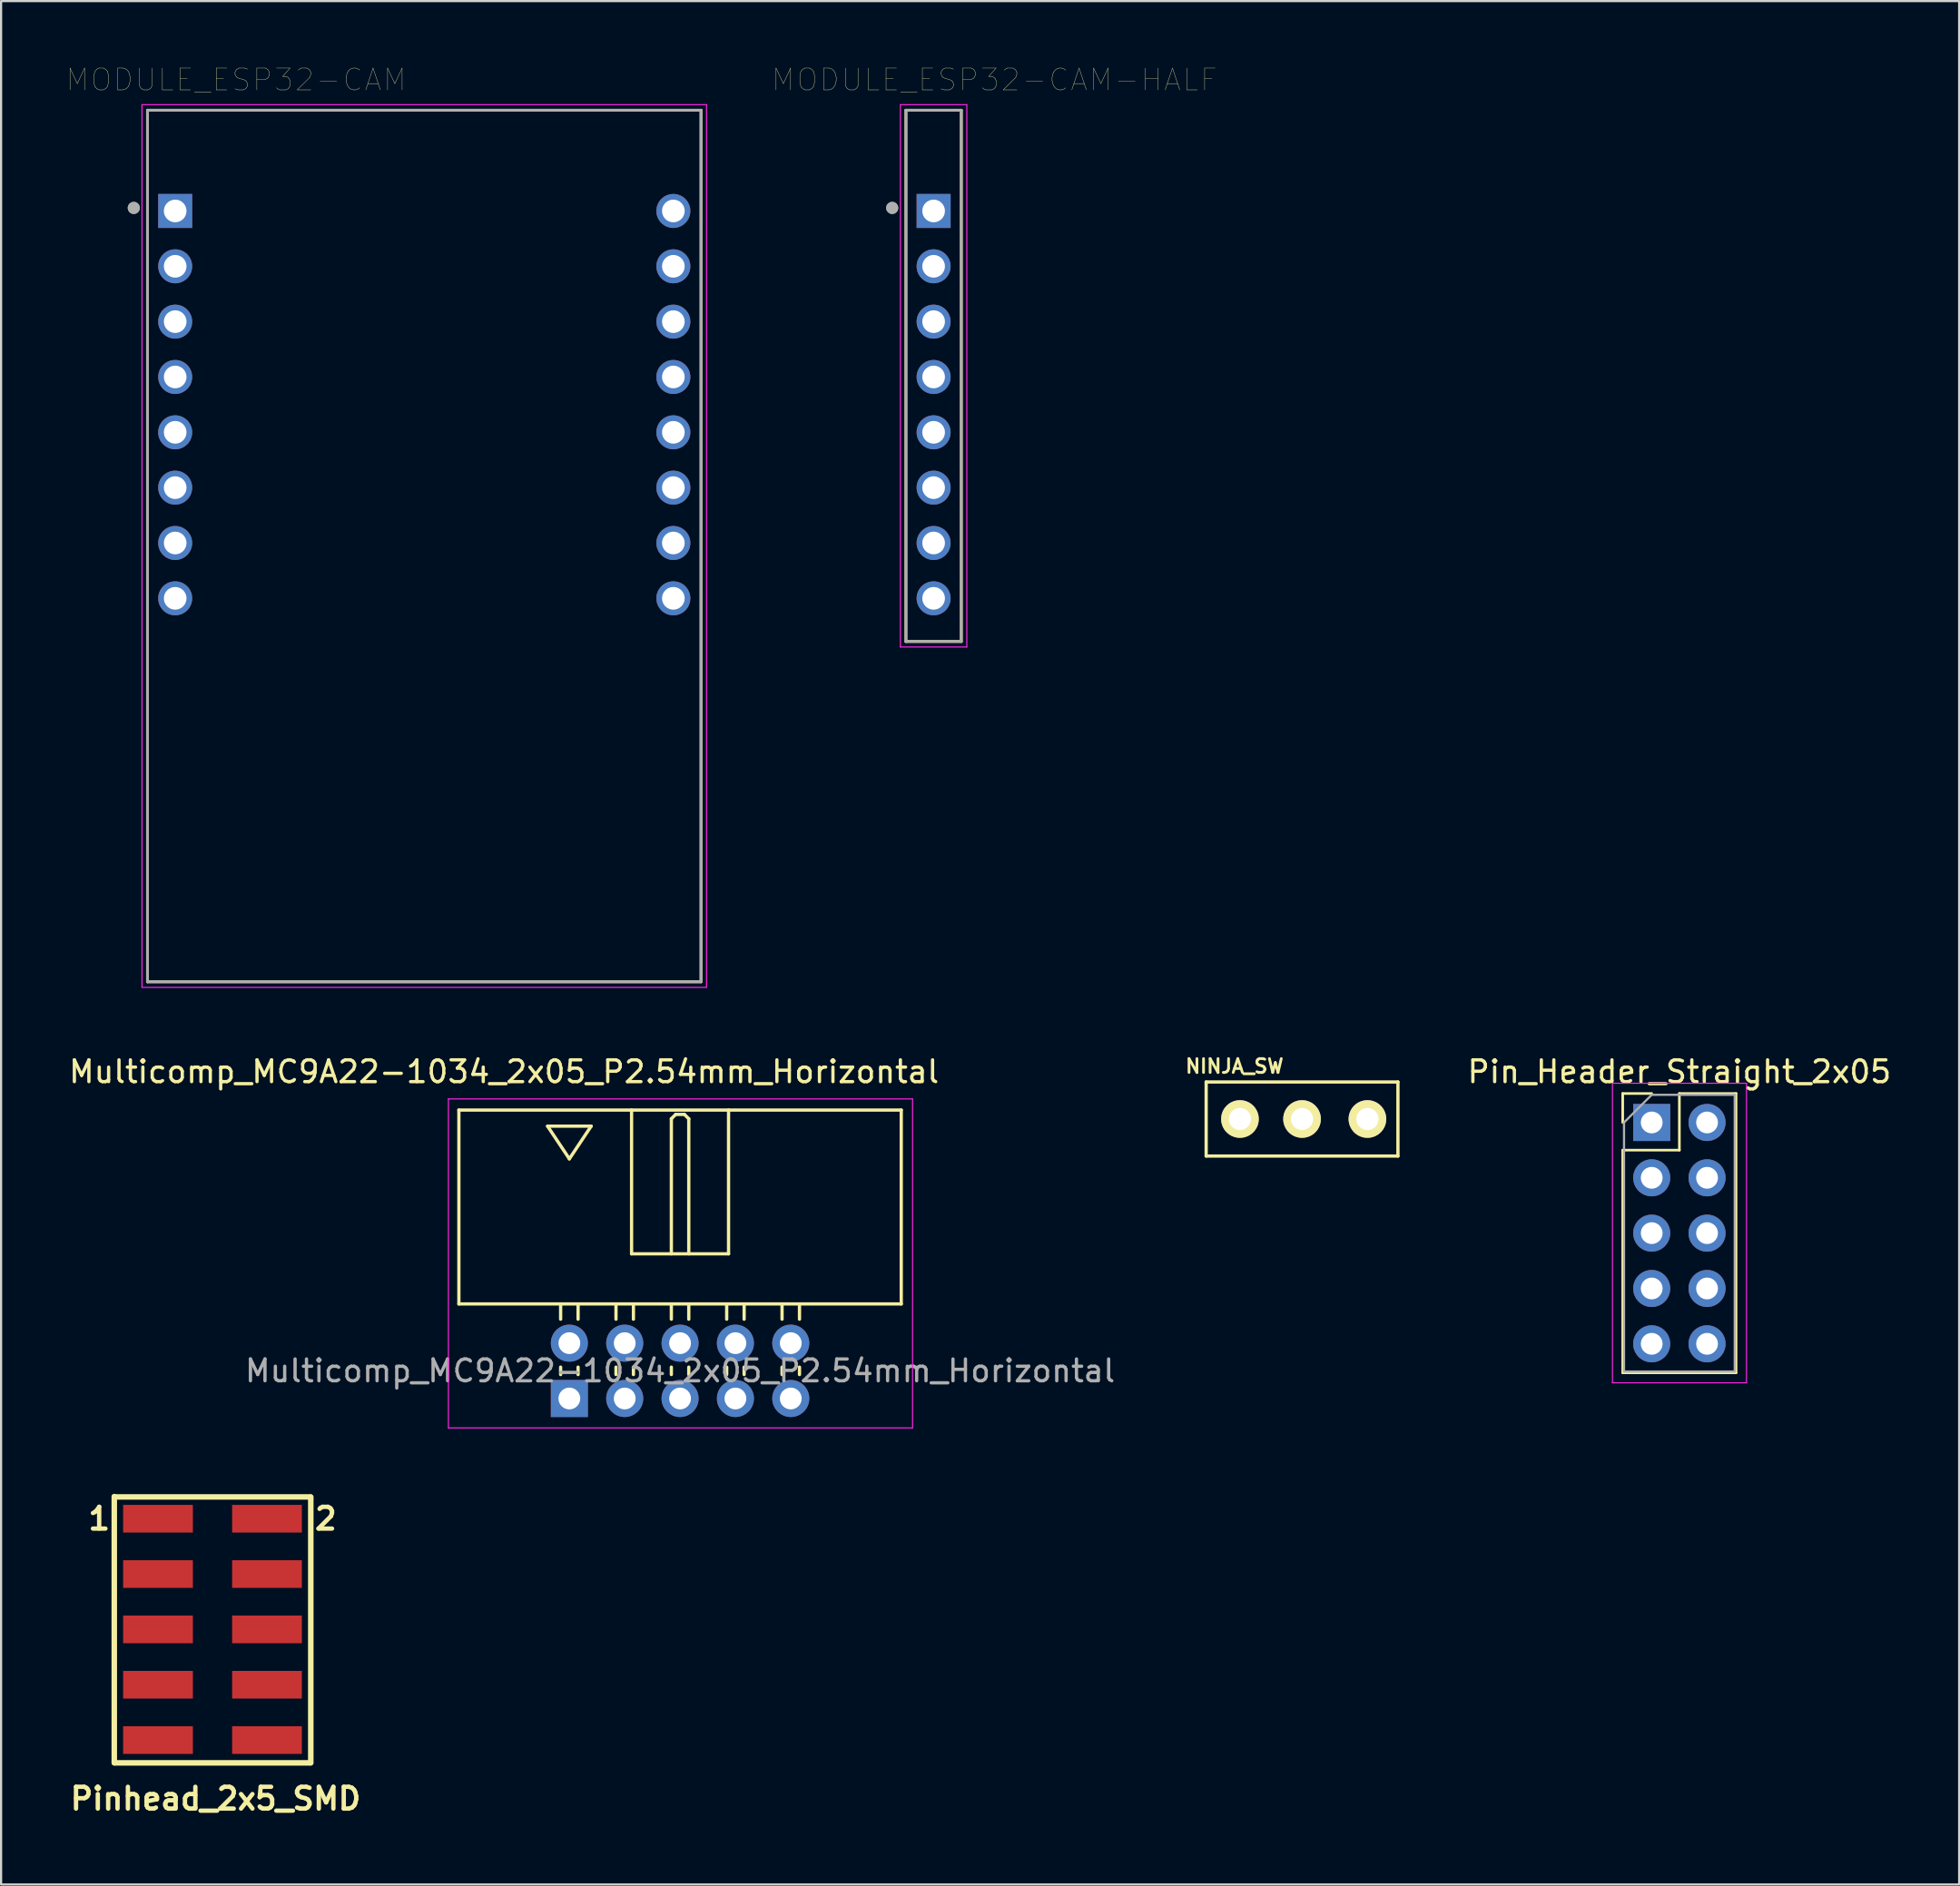
<source format=kicad_pcb>
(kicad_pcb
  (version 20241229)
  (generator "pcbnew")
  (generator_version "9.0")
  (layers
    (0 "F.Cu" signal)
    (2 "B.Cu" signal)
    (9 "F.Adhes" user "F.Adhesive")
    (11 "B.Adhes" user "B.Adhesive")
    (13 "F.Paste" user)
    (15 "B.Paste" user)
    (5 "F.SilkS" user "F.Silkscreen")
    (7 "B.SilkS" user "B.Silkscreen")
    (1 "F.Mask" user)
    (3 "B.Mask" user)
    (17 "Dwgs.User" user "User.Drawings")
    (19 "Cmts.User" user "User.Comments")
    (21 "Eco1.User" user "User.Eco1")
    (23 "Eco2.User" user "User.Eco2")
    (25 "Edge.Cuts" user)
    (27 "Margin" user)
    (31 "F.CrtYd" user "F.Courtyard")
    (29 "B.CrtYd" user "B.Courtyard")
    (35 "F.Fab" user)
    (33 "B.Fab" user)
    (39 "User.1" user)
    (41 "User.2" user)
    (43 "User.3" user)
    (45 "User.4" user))
  (footprint "MODULE_ESP32-CAM"
    (layer "F.Cu")
    (at 17.689 26.393)
    (property "Reference" "MODULE_ESP32-CAM" (at -9.906 -25.781 0) (layer "F.SilkS") (effects (font (size 1 1) (thickness 0.015))))
    (attr through_hole)
    (fp_line (start -13.97 -24.384) (end 11.43 -24.384) (stroke (width 0.127) (type solid)) (layer "F.SilkS"))
    (fp_line (start -13.97 15.621) (end -13.97 -24.384) (stroke (width 0.127) (type solid)) (layer "F.SilkS"))
    (fp_line (start 11.43 -24.384) (end 11.43 15.621) (stroke (width 0.127) (type solid)) (layer "F.SilkS"))
    (fp_line (start 11.43 15.621) (end -13.97 15.621) (stroke (width 0.127) (type solid)) (layer "F.SilkS"))
    (fp_line (start -14.224 -24.638) (end 11.684 -24.638) (stroke (width 0.05) (type solid)) (layer "F.CrtYd"))
    (fp_line (start -14.224 15.875) (end -14.224 -24.638) (stroke (width 0.05) (type solid)) (layer "F.CrtYd"))
    (fp_line (start 11.684 -24.638) (end 11.684 15.875) (stroke (width 0.05) (type solid)) (layer "F.CrtYd"))
    (fp_line (start 11.684 15.875) (end -14.224 15.875) (stroke (width 0.05) (type solid)) (layer "F.CrtYd"))
    (fp_line (start -13.97 -24.384) (end 11.43 -24.384) (stroke (width 0.127) (type solid)) (layer "F.Fab"))
    (fp_line (start -13.97 15.621) (end -13.97 -24.384) (stroke (width 0.127) (type solid)) (layer "F.Fab"))
    (fp_line (start 11.43 -24.384) (end 11.43 15.621) (stroke (width 0.127) (type solid)) (layer "F.Fab"))
    (fp_line (start 11.43 15.621) (end -13.97 15.621) (stroke (width 0.127) (type solid)) (layer "F.Fab"))
    (fp_circle (center -14.6 -19.9) (end -14.46 -19.9) (stroke (width 0.28) (type solid)) (fill no) (layer "F.Fab"))
    (fp_circle (center -14.6 -19.9) (end -14.46 -19.9) (stroke (width 0.28) (type solid)) (fill no) (layer "F.Fab"))
    (pad "1" thru_hole rect (at -12.7 -19.76) (size 1.56 1.56) (drill 1.04) (layers "*.Cu" "*.Mask"))
    (pad "2" thru_hole circle (at -12.7 -17.22) (size 1.56 1.56) (drill 1.04) (layers "*.Cu" "*.Mask"))
    (pad "3" thru_hole circle (at -12.7 -14.68) (size 1.56 1.56) (drill 1.04) (layers "*.Cu" "*.Mask"))
    (pad "4" thru_hole circle (at -12.7 -12.14) (size 1.56 1.56) (drill 1.04) (layers "*.Cu" "*.Mask"))
    (pad "5" thru_hole circle (at -12.7 -9.6) (size 1.56 1.56) (drill 1.04) (layers "*.Cu" "*.Mask"))
    (pad "6" thru_hole circle (at -12.7 -7.06) (size 1.56 1.56) (drill 1.04) (layers "*.Cu" "*.Mask"))
    (pad "7" thru_hole circle (at -12.7 -4.52) (size 1.56 1.56) (drill 1.04) (layers "*.Cu" "*.Mask"))
    (pad "8" thru_hole circle (at -12.7 -1.98) (size 1.56 1.56) (drill 1.04) (layers "*.Cu" "*.Mask"))
    (pad "9" thru_hole circle (at 10.16 -1.98) (size 1.56 1.56) (drill 1.04) (layers "*.Cu" "*.Mask"))
    (pad "10" thru_hole circle (at 10.16 -4.52) (size 1.56 1.56) (drill 1.04) (layers "*.Cu" "*.Mask"))
    (pad "11" thru_hole circle (at 10.16 -7.06) (size 1.56 1.56) (drill 1.04) (layers "*.Cu" "*.Mask"))
    (pad "12" thru_hole circle (at 10.16 -9.6) (size 1.56 1.56) (drill 1.04) (layers "*.Cu" "*.Mask"))
    (pad "13" thru_hole circle (at 10.16 -12.14) (size 1.56 1.56) (drill 1.04) (layers "*.Cu" "*.Mask"))
    (pad "14" thru_hole circle (at 10.16 -14.68) (size 1.56 1.56) (drill 1.04) (layers "*.Cu" "*.Mask"))
    (pad "15" thru_hole circle (at 10.16 -17.22) (size 1.56 1.56) (drill 1.04) (layers "*.Cu" "*.Mask"))
    (pad "16" thru_hole circle (at 10.16 -19.76) (size 1.56 1.56) (drill 1.04) (layers "*.Cu" "*.Mask")))
  (footprint "NINJA_SW"
    (layer "F.Cu")
    (at 56.699 48.312)
    (property "Reference" "NINJA_SW" (at -3.1 -2.425 0) (layer "F.SilkS") (effects (font (size 0.635 0.635) (thickness 0.127))))
    (attr through_hole)
    (fp_line (start -4.4 -1.7) (end 4.4 -1.7) (stroke (width 0.15) (type solid)) (layer "F.SilkS"))
    (fp_line (start -4.4 1.7) (end -4.4 -1.7) (stroke (width 0.15) (type solid)) (layer "F.SilkS"))
    (fp_line (start 4.4 -1.7) (end 4.4 1.7) (stroke (width 0.15) (type solid)) (layer "F.SilkS"))
    (fp_line (start 4.4 1.7) (end -4.4 1.7) (stroke (width 0.15) (type solid)) (layer "F.SilkS"))
    (pad "1" thru_hole circle (at -2.85 0) (size 1.727 1.727) (drill 1.016) (layers "*.Cu" "*.Mask" "F.SilkS"))
    (pad "2" thru_hole oval (at 0 0) (size 1.727 1.727) (drill 1.016) (layers "*.Cu" "*.Mask" "F.SilkS"))
    (pad "3" thru_hole oval (at 3 0) (size 1.727 1.727) (drill 1.016) (layers "*.Cu" "*.Mask" "F.SilkS")))
  (footprint "Pin_Header_Straight_2x05"
    (layer "F.Cu")
    (at 72.744 48.471)
    (property "Reference" "Pin_Header_Straight_2x05" (at 1.27 -2.33 0) (layer "F.SilkS") (effects (font (size 1 1) (thickness 0.15))))
    (attr through_hole)
    (fp_line (start -1.33 -1.33) (end 0 -1.33) (stroke (width 0.12) (type solid)) (layer "F.SilkS"))
    (fp_line (start -1.33 0) (end -1.33 -1.33) (stroke (width 0.12) (type solid)) (layer "F.SilkS"))
    (fp_line (start -1.33 1.27) (end -1.33 11.49) (stroke (width 0.12) (type solid)) (layer "F.SilkS"))
    (fp_line (start -1.33 1.27) (end 1.27 1.27) (stroke (width 0.12) (type solid)) (layer "F.SilkS"))
    (fp_line (start -1.33 11.49) (end 3.87 11.49) (stroke (width 0.12) (type solid)) (layer "F.SilkS"))
    (fp_line (start 1.27 -1.33) (end 3.87 -1.33) (stroke (width 0.12) (type solid)) (layer "F.SilkS"))
    (fp_line (start 1.27 1.27) (end 1.27 -1.33) (stroke (width 0.12) (type solid)) (layer "F.SilkS"))
    (fp_line (start 3.87 -1.33) (end 3.87 11.49) (stroke (width 0.12) (type solid)) (layer "F.SilkS"))
    (fp_line (start -1.8 -1.8) (end -1.8 11.95) (stroke (width 0.05) (type solid)) (layer "F.CrtYd"))
    (fp_line (start -1.8 11.95) (end 4.35 11.95) (stroke (width 0.05) (type solid)) (layer "F.CrtYd"))
    (fp_line (start 4.35 -1.8) (end -1.8 -1.8) (stroke (width 0.05) (type solid)) (layer "F.CrtYd"))
    (fp_line (start 4.35 11.95) (end 4.35 -1.8) (stroke (width 0.05) (type solid)) (layer "F.CrtYd"))
    (fp_line (start -1.27 0) (end 0 -1.27) (stroke (width 0.1) (type solid)) (layer "F.Fab"))
    (fp_line (start -1.27 11.43) (end -1.27 0) (stroke (width 0.1) (type solid)) (layer "F.Fab"))
    (fp_line (start 0 -1.27) (end 3.81 -1.27) (stroke (width 0.1) (type solid)) (layer "F.Fab"))
    (fp_line (start 3.81 -1.27) (end 3.81 11.43) (stroke (width 0.1) (type solid)) (layer "F.Fab"))
    (fp_line (start 3.81 11.43) (end -1.27 11.43) (stroke (width 0.1) (type solid)) (layer "F.Fab"))
    (pad "1" thru_hole rect (at 0 0) (size 1.7 1.7) (drill 1) (layers "*.Cu" "*.Mask"))
    (pad "2" thru_hole oval (at 2.54 0) (size 1.7 1.7) (drill 1) (layers "*.Cu" "*.Mask"))
    (pad "3" thru_hole oval (at 0 2.54) (size 1.7 1.7) (drill 1) (layers "*.Cu" "*.Mask"))
    (pad "4" thru_hole oval (at 2.54 2.54) (size 1.7 1.7) (drill 1) (layers "*.Cu" "*.Mask"))
    (pad "5" thru_hole oval (at 0 5.08) (size 1.7 1.7) (drill 1) (layers "*.Cu" "*.Mask"))
    (pad "6" thru_hole oval (at 2.54 5.08) (size 1.7 1.7) (drill 1) (layers "*.Cu" "*.Mask"))
    (pad "7" thru_hole oval (at 0 7.62) (size 1.7 1.7) (drill 1) (layers "*.Cu" "*.Mask"))
    (pad "8" thru_hole oval (at 2.54 7.62) (size 1.7 1.7) (drill 1) (layers "*.Cu" "*.Mask"))
    (pad "9" thru_hole oval (at 0 10.16) (size 1.7 1.7) (drill 1) (layers "*.Cu" "*.Mask"))
    (pad "10" thru_hole oval (at 2.54 10.16) (size 1.7 1.7) (drill 1) (layers "*.Cu" "*.Mask")))
  (footprint "MODULE_ESP32-CAM-HALF"
    (layer "F.Cu")
    (at 52.492 26.393)
    (property "Reference" "MODULE_ESP32-CAM-HALF" (at -9.906 -25.781 0) (layer "F.SilkS") (effects (font (size 1 1) (thickness 0.015))))
    (attr through_hole)
    (fp_line (start -13.97 -24.384) (end -11.43 -24.384) (stroke (width 0.127) (type solid)) (layer "F.SilkS"))
    (fp_line (start -13.97 0) (end -13.97 -24.384) (stroke (width 0.127) (type solid)) (layer "F.SilkS"))
    (fp_line (start -11.43 -24.384) (end -11.43 0) (stroke (width 0.127) (type solid)) (layer "F.SilkS"))
    (fp_line (start -11.43 0) (end -13.97 0) (stroke (width 0.127) (type solid)) (layer "F.SilkS"))
    (fp_line (start -14.224 -24.638) (end -11.176 -24.638) (stroke (width 0.05) (type solid)) (layer "F.CrtYd"))
    (fp_line (start -14.224 0.254) (end -14.224 -24.638) (stroke (width 0.05) (type solid)) (layer "F.CrtYd"))
    (fp_line (start -11.176 -24.638) (end -11.176 0.254) (stroke (width 0.05) (type solid)) (layer "F.CrtYd"))
    (fp_line (start -11.176 0.254) (end -14.224 0.254) (stroke (width 0.05) (type solid)) (layer "F.CrtYd"))
    (fp_line (start -13.97 -24.384) (end -11.43 -24.384) (stroke (width 0.127) (type solid)) (layer "F.Fab"))
    (fp_line (start -13.97 0) (end -13.97 -24.384) (stroke (width 0.127) (type solid)) (layer "F.Fab"))
    (fp_line (start -11.43 -24.384) (end -11.43 0) (stroke (width 0.127) (type solid)) (layer "F.Fab"))
    (fp_line (start -11.43 0) (end -13.97 0) (stroke (width 0.127) (type solid)) (layer "F.Fab"))
    (fp_circle (center -14.6 -19.9) (end -14.46 -19.9) (stroke (width 0.28) (type solid)) (fill no) (layer "F.Fab"))
    (fp_circle (center -14.6 -19.9) (end -14.46 -19.9) (stroke (width 0.28) (type solid)) (fill no) (layer "F.Fab"))
    (pad "1" thru_hole rect (at -12.7 -19.76) (size 1.56 1.56) (drill 1.04) (layers "*.Cu" "*.Mask"))
    (pad "2" thru_hole circle (at -12.7 -17.22) (size 1.56 1.56) (drill 1.04) (layers "*.Cu" "*.Mask"))
    (pad "3" thru_hole circle (at -12.7 -14.68) (size 1.56 1.56) (drill 1.04) (layers "*.Cu" "*.Mask"))
    (pad "4" thru_hole circle (at -12.7 -12.14) (size 1.56 1.56) (drill 1.04) (layers "*.Cu" "*.Mask"))
    (pad "5" thru_hole circle (at -12.7 -9.6) (size 1.56 1.56) (drill 1.04) (layers "*.Cu" "*.Mask"))
    (pad "6" thru_hole circle (at -12.7 -7.06) (size 1.56 1.56) (drill 1.04) (layers "*.Cu" "*.Mask"))
    (pad "7" thru_hole circle (at -12.7 -4.52) (size 1.56 1.56) (drill 1.04) (layers "*.Cu" "*.Mask"))
    (pad "8" thru_hole circle (at -12.7 -1.98) (size 1.56 1.56) (drill 1.04) (layers "*.Cu" "*.Mask")))
  (footprint "Pinhead_2x5_SMD"
    (layer "F.Cu")
    (at 4.201 66.659)
    (property "Reference" "Pinhead_2x5_SMD" (at 2.642 12.852 0) (layer "F.SilkS") (effects (font (size 1 1) (thickness 0.2))))
    (attr smd)
    (fp_line (start -2.007 -1.016) (end -2.007 11.201) (stroke (width 0.254) (type solid)) (layer "F.SilkS"))
    (fp_line (start -1.999 -1.001) (end 7 -1.001) (stroke (width 0.254) (type solid)) (layer "F.SilkS"))
    (fp_line (start 7 11.206) (end -1.999 11.206) (stroke (width 0.254) (type solid)) (layer "F.SilkS"))
    (fp_line (start 7.01 -0.991) (end 7.01 11.201) (stroke (width 0.254) (type solid)) (layer "F.SilkS"))
    (fp_text user "2" (at 7.699 0 0) (layer "F.SilkS") (effects (font (size 1 1) (thickness 0.2))))
    (fp_text user "1" (at -2.7 0 0) (layer "F.SilkS") (effects (font (size 1 1) (thickness 0.2))))
    (pad "1" smd rect (at 0 0) (size 3.2 1.27) (layers "F.Cu" "F.Mask" "F.Paste"))
    (pad "2" smd rect (at 5.001 0) (size 3.2 1.27) (layers "F.Cu" "F.Mask" "F.Paste"))
    (pad "3" smd rect (at 0 2.54) (size 3.2 1.27) (layers "F.Cu" "F.Mask" "F.Paste"))
    (pad "4" smd rect (at 5.001 2.54) (size 3.2 1.27) (layers "F.Cu" "F.Mask" "F.Paste"))
    (pad "5" smd rect (at 0 5.08) (size 3.2 1.27) (layers "F.Cu" "F.Mask" "F.Paste"))
    (pad "6" smd rect (at 5.001 5.08) (size 3.2 1.27) (layers "F.Cu" "F.Mask" "F.Paste"))
    (pad "7" smd rect (at 0 7.62) (size 3.2 1.27) (layers "F.Cu" "F.Mask" "F.Paste"))
    (pad "8" smd rect (at 5.001 7.62) (size 3.2 1.27) (layers "F.Cu" "F.Mask" "F.Paste"))
    (pad "9" smd rect (at 0 10.16) (size 3.2 1.27) (layers "F.Cu" "F.Mask" "F.Paste"))
    (pad "10" smd rect (at 5.001 10.16) (size 3.2 1.27) (layers "F.Cu" "F.Mask" "F.Paste")))
  (footprint "Multicomp_MC9A22-1034_2x05_P2.54mm_Horizontal"
    (layer "F.Cu")
    (at 23.077 61.141)
    (property "Reference" "Multicomp_MC9A22-1034_2x05_P2.54mm_Horizontal" (at -3 -15 0) (layer "F.SilkS") (effects (font (size 1 1) (thickness 0.15))))
    (attr through_hole)
    (fp_line (start -5.07 -13.24) (end 15.23 -13.24) (stroke (width 0.15) (type solid)) (layer "F.SilkS"))
    (fp_line (start -5.07 -4.34) (end -5.07 -13.24) (stroke (width 0.15) (type solid)) (layer "F.SilkS"))
    (fp_line (start -1 -12.5) (end 1 -12.5) (stroke (width 0.15) (type solid)) (layer "F.SilkS"))
    (fp_line (start -0.4 -3.64) (end -0.4 -4.34) (stroke (width 0.15) (type solid)) (layer "F.SilkS"))
    (fp_line (start -0.4 -1.1) (end -0.4 -1.44) (stroke (width 0.15) (type solid)) (layer "F.SilkS"))
    (fp_line (start 0 -11) (end -1 -12.5) (stroke (width 0.15) (type solid)) (layer "F.SilkS"))
    (fp_line (start 0.4 -3.64) (end 0.4 -4.34) (stroke (width 0.15) (type solid)) (layer "F.SilkS"))
    (fp_line (start 0.4 -1.1) (end 0.4 -1.44) (stroke (width 0.15) (type solid)) (layer "F.SilkS"))
    (fp_line (start 1 -12.5) (end 0 -11) (stroke (width 0.15) (type solid)) (layer "F.SilkS"))
    (fp_line (start 2.14 -3.64) (end 2.14 -4.34) (stroke (width 0.15) (type solid)) (layer "F.SilkS"))
    (fp_line (start 2.14 -1.1) (end 2.14 -1.44) (stroke (width 0.15) (type solid)) (layer "F.SilkS"))
    (fp_line (start 2.855 -13.24) (end 2.855 -6.64) (stroke (width 0.15) (type solid)) (layer "F.SilkS"))
    (fp_line (start 2.855 -6.64) (end 7.305 -6.64) (stroke (width 0.15) (type solid)) (layer "F.SilkS"))
    (fp_line (start 2.94 -3.64) (end 2.94 -4.34) (stroke (width 0.15) (type solid)) (layer "F.SilkS"))
    (fp_line (start 2.94 -1.1) (end 2.94 -1.44) (stroke (width 0.15) (type solid)) (layer "F.SilkS"))
    (fp_line (start 4.68 -12.84) (end 4.88 -13.04) (stroke (width 0.15) (type solid)) (layer "F.SilkS"))
    (fp_line (start 4.68 -6.64) (end 4.68 -12.84) (stroke (width 0.15) (type solid)) (layer "F.SilkS"))
    (fp_line (start 4.68 -3.64) (end 4.68 -4.34) (stroke (width 0.15) (type solid)) (layer "F.SilkS"))
    (fp_line (start 4.68 -1.1) (end 4.68 -1.44) (stroke (width 0.15) (type solid)) (layer "F.SilkS"))
    (fp_line (start 4.88 -13.04) (end 5.28 -13.04) (stroke (width 0.15) (type solid)) (layer "F.SilkS"))
    (fp_line (start 5.28 -13.04) (end 5.48 -12.84) (stroke (width 0.15) (type solid)) (layer "F.SilkS"))
    (fp_line (start 5.48 -12.84) (end 5.48 -6.64) (stroke (width 0.15) (type solid)) (layer "F.SilkS"))
    (fp_line (start 5.48 -3.64) (end 5.48 -4.34) (stroke (width 0.15) (type solid)) (layer "F.SilkS"))
    (fp_line (start 5.48 -1.1) (end 5.48 -1.44) (stroke (width 0.15) (type solid)) (layer "F.SilkS"))
    (fp_line (start 7.22 -3.64) (end 7.22 -4.34) (stroke (width 0.15) (type solid)) (layer "F.SilkS"))
    (fp_line (start 7.22 -1.1) (end 7.22 -1.44) (stroke (width 0.15) (type solid)) (layer "F.SilkS"))
    (fp_line (start 7.305 -6.64) (end 7.305 -13.24) (stroke (width 0.15) (type solid)) (layer "F.SilkS"))
    (fp_line (start 8.02 -3.64) (end 8.02 -4.34) (stroke (width 0.15) (type solid)) (layer "F.SilkS"))
    (fp_line (start 8.02 -1.1) (end 8.02 -1.44) (stroke (width 0.15) (type solid)) (layer "F.SilkS"))
    (fp_line (start 9.76 -3.64) (end 9.76 -4.34) (stroke (width 0.15) (type solid)) (layer "F.SilkS"))
    (fp_line (start 9.76 -1.1) (end 9.76 -1.44) (stroke (width 0.15) (type solid)) (layer "F.SilkS"))
    (fp_line (start 10.56 -3.64) (end 10.56 -4.34) (stroke (width 0.15) (type solid)) (layer "F.SilkS"))
    (fp_line (start 10.56 -1.1) (end 10.56 -1.44) (stroke (width 0.15) (type solid)) (layer "F.SilkS"))
    (fp_line (start 15.23 -13.24) (end 15.23 -4.34) (stroke (width 0.15) (type solid)) (layer "F.SilkS"))
    (fp_line (start 15.23 -4.34) (end -5.07 -4.34) (stroke (width 0.15) (type solid)) (layer "F.SilkS"))
    (fp_line (start -5.55 -13.75) (end 15.75 -13.75) (stroke (width 0.05) (type solid)) (layer "F.CrtYd"))
    (fp_line (start -5.55 1.35) (end -5.55 -13.75) (stroke (width 0.05) (type solid)) (layer "F.CrtYd"))
    (fp_line (start 15.75 -13.75) (end 15.75 1.35) (stroke (width 0.05) (type solid)) (layer "F.CrtYd"))
    (fp_line (start 15.75 1.35) (end -5.55 1.35) (stroke (width 0.05) (type solid)) (layer "F.CrtYd"))
    (fp_text user "${REFERENCE}" (at 5.08 -1.27 0) (layer "F.Fab") (effects (font (size 1 1) (thickness 0.15))))
    (pad "1" thru_hole rect (at 0 0) (size 1.7 1.7) (drill 1) (layers "*.Cu" "*.Mask"))
    (pad "2" thru_hole circle (at 0 -2.54) (size 1.7 1.7) (drill 1) (layers "*.Cu" "*.Mask"))
    (pad "3" thru_hole circle (at 2.54 0) (size 1.7 1.7) (drill 1) (layers "*.Cu" "*.Mask"))
    (pad "4" thru_hole circle (at 2.54 -2.54) (size 1.7 1.7) (drill 1) (layers "*.Cu" "*.Mask"))
    (pad "5" thru_hole circle (at 5.08 0) (size 1.7 1.7) (drill 1) (layers "*.Cu" "*.Mask"))
    (pad "6" thru_hole circle (at 5.08 -2.54) (size 1.7 1.7) (drill 1) (layers "*.Cu" "*.Mask"))
    (pad "7" thru_hole circle (at 7.62 0) (size 1.7 1.7) (drill 1) (layers "*.Cu" "*.Mask"))
    (pad "8" thru_hole circle (at 7.62 -2.54) (size 1.7 1.7) (drill 1) (layers "*.Cu" "*.Mask"))
    (pad "9" thru_hole circle (at 10.16 0) (size 1.7 1.7) (drill 1) (layers "*.Cu" "*.Mask"))
    (pad "10" thru_hole circle (at 10.16 -2.54) (size 1.7 1.7) (drill 1) (layers "*.Cu" "*.Mask")))
  (gr_rect
    (start -3 -3)
    (end 86.853 83.447)
    (stroke (width 0.1) (type default))
    (fill no)
    (layer "Edge.Cuts")))
</source>
